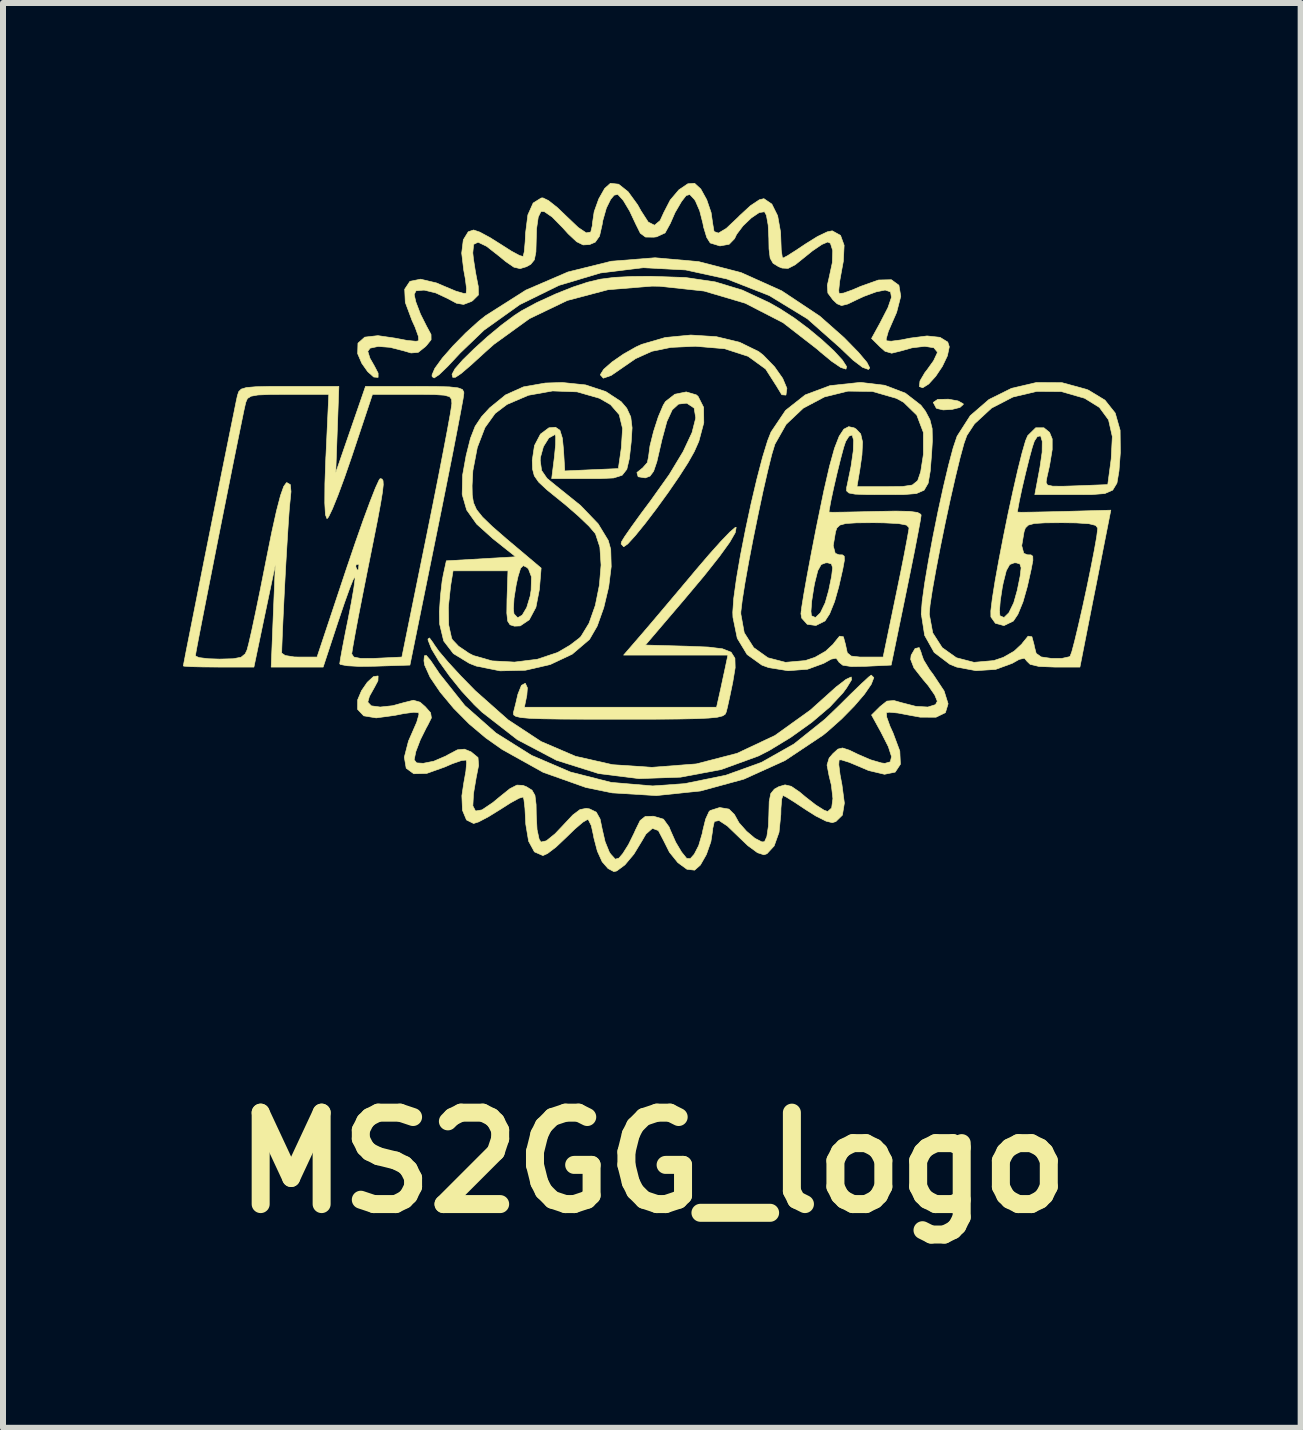
<source format=kicad_pcb>
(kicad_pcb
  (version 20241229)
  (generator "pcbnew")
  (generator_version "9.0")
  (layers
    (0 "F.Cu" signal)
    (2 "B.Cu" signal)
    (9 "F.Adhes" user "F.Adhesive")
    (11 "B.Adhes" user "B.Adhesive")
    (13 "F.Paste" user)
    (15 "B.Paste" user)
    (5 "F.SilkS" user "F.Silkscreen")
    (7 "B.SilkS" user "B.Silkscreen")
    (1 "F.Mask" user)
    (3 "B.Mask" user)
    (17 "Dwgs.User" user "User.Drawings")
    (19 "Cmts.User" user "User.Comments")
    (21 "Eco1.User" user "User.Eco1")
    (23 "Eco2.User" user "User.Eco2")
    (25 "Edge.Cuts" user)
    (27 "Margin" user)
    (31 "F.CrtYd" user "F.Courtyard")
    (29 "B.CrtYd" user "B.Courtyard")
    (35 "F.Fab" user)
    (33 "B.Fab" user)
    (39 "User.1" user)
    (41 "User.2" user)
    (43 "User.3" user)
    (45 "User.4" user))
  (footprint "MS2GG_logo"
    (layer "F.Cu")
    (at 7.826 5.729)
    (property "Reference" "MS2GG_logo" (at 0 10.6 0) (layer "F.SilkS") (effects (font (size 1.524 1.524) (thickness 0.3))))
    (attr through_hole)
    (fp_poly (pts (xy 5.091 -2.097) (xy 5.176 -2.051) (xy 5.18 -2.039) (xy 5.123 -1.988) (xy 4.991 -1.955) (xy 4.843 -1.947) (xy 4.736 -1.972) (xy 4.727 -1.98) (xy 4.678 -2.072) (xy 4.752 -2.122) (xy 4.93 -2.126) (xy 5.091 -2.097)) (stroke (width 0.01) (type solid)) (fill yes) (layer "F.SilkS"))
    (fp_poly (pts (xy 1.063 -3.168) (xy 1.452 -3.074) (xy 1.769 -2.919) (xy 1.846 -2.859) (xy 2.033 -2.666) (xy 2.169 -2.473) (xy 2.239 -2.307) (xy 2.224 -2.198) (xy 2.221 -2.194) (xy 2.154 -2.2) (xy 2.078 -2.325) (xy 2.076 -2.329) (xy 1.885 -2.628) (xy 1.593 -2.84) (xy 1.2 -2.967) (xy 0.714 -3.008) (xy 0.307 -2.989) (xy -0.011 -2.924) (xy -0.284 -2.801) (xy -0.481 -2.665) (xy -0.69 -2.521) (xy -0.821 -2.476) (xy -0.869 -2.53) (xy -0.869 -2.537) (xy -0.815 -2.623) (xy -0.675 -2.746) (xy -0.484 -2.878) (xy -0.276 -2.996) (xy -0.18 -3.04) (xy 0.211 -3.154) (xy 0.637 -3.195) (xy 1.063 -3.168)) (stroke (width 0.01) (type solid)) (fill yes) (layer "F.SilkS"))
    (fp_poly (pts (xy 0.767 -4.419) (xy 1.475 -4.236) (xy 2.152 -3.932) (xy 2.787 -3.51) (xy 3.194 -3.15) (xy 3.433 -2.905) (xy 3.573 -2.739) (xy 3.62 -2.647) (xy 3.599 -2.621) (xy 3.499 -2.657) (xy 3.341 -2.777) (xy 3.15 -2.959) (xy 3.139 -2.971) (xy 2.581 -3.465) (xy 1.945 -3.853) (xy 1.24 -4.129) (xy 0.551 -4.28) (xy -0.16 -4.317) (xy -0.87 -4.229) (xy -1.561 -4.022) (xy -2.213 -3.702) (xy -2.809 -3.276) (xy -3.203 -2.898) (xy -3.417 -2.669) (xy -3.559 -2.533) (xy -3.64 -2.48) (xy -3.673 -2.501) (xy -3.676 -2.529) (xy -3.629 -2.639) (xy -3.504 -2.811) (xy -3.324 -3.016) (xy -3.113 -3.231) (xy -2.895 -3.428) (xy -2.78 -3.519) (xy -2.111 -3.944) (xy -1.41 -4.246) (xy -0.688 -4.425) (xy 0.042 -4.483) (xy 0.767 -4.419)) (stroke (width 0.01) (type solid)) (fill yes) (layer "F.SilkS"))
    (fp_poly (pts (xy -3.701 2.227) (xy -3.577 2.41) (xy -3.554 2.446) (xy -3.129 2.98) (xy -2.61 3.438) (xy -2.016 3.811) (xy -1.37 4.088) (xy -0.69 4.261) (xy 0.002 4.32) (xy 0.535 4.282) (xy 1.22 4.142) (xy 1.816 3.927) (xy 2.357 3.621) (xy 2.874 3.207) (xy 3.094 2.996) (xy 3.306 2.786) (xy 3.482 2.616) (xy 3.602 2.505) (xy 3.645 2.473) (xy 3.688 2.515) (xy 3.645 2.626) (xy 3.532 2.791) (xy 3.362 2.989) (xy 3.152 3.203) (xy 2.914 3.415) (xy 2.841 3.474) (xy 2.208 3.896) (xy 1.522 4.207) (xy 0.801 4.404) (xy 0.063 4.481) (xy -0.673 4.436) (xy -1.111 4.346) (xy -1.824 4.093) (xy -2.507 3.712) (xy -2.778 3.521) (xy -3.055 3.288) (xy -3.316 3.025) (xy -3.54 2.756) (xy -3.708 2.508) (xy -3.799 2.305) (xy -3.81 2.234) (xy -3.803 2.151) (xy -3.771 2.145) (xy -3.701 2.227)) (stroke (width 0.01) (type solid)) (fill yes) (layer "F.SilkS"))
    (fp_poly (pts (xy -3.657 1.936) (xy -3.645 1.957) (xy -3.561 2.076) (xy -3.403 2.262) (xy -3.193 2.49) (xy -2.955 2.733) (xy -2.408 3.218) (xy -1.858 3.58) (xy -1.284 3.826) (xy -0.666 3.966) (xy -0.01 4.01) (xy 0.729 3.953) (xy 1.408 3.777) (xy 2.039 3.48) (xy 2.63 3.056) (xy 2.825 2.881) (xy 3.059 2.671) (xy 3.223 2.545) (xy 3.311 2.504) (xy 3.317 2.551) (xy 3.234 2.687) (xy 3.173 2.77) (xy 2.956 3.003) (xy 2.654 3.26) (xy 2.303 3.511) (xy 1.943 3.73) (xy 1.765 3.821) (xy 1.144 4.047) (xy 0.467 4.174) (xy -0.225 4.198) (xy -0.894 4.115) (xy -0.902 4.113) (xy -1.602 3.892) (xy -2.253 3.549) (xy -2.844 3.089) (xy -2.973 2.965) (xy -3.183 2.738) (xy -3.384 2.488) (xy -3.558 2.245) (xy -3.684 2.036) (xy -3.741 1.891) (xy -3.743 1.872) (xy -3.718 1.853) (xy -3.657 1.936)) (stroke (width 0.01) (type solid)) (fill yes) (layer "F.SilkS"))
    (fp_poly (pts (xy 0.548 -4.154) (xy 1.044 -4.081) (xy 1.496 -3.944) (xy 1.946 -3.734) (xy 2.132 -3.628) (xy 2.363 -3.478) (xy 2.601 -3.3) (xy 2.827 -3.112) (xy 3.022 -2.932) (xy 3.164 -2.778) (xy 3.234 -2.67) (xy 3.224 -2.627) (xy 3.138 -2.654) (xy 2.987 -2.756) (xy 2.799 -2.911) (xy 2.751 -2.954) (xy 2.176 -3.4) (xy 1.545 -3.725) (xy 0.859 -3.928) (xy 0.12 -4.008) (xy -0.01 -4.01) (xy -0.743 -3.95) (xy -1.421 -3.771) (xy -2.052 -3.468) (xy -2.645 -3.039) (xy -2.792 -2.908) (xy -3.031 -2.69) (xy -3.19 -2.554) (xy -3.285 -2.491) (xy -3.33 -2.49) (xy -3.342 -2.54) (xy -3.342 -2.54) (xy -3.293 -2.632) (xy -3.162 -2.782) (xy -2.972 -2.968) (xy -2.75 -3.169) (xy -2.518 -3.361) (xy -2.301 -3.523) (xy -2.187 -3.597) (xy -1.927 -3.737) (xy -1.61 -3.882) (xy -1.326 -3.995) (xy -1.087 -4.074) (xy -0.871 -4.126) (xy -0.637 -4.156) (xy -0.344 -4.171) (xy -0.033 -4.174) (xy 0.548 -4.154)) (stroke (width 0.01) (type solid)) (fill yes) (layer "F.SilkS"))
    (fp_poly (pts (xy 0.729 -2.198) (xy 0.759 -2.172) (xy 0.851 -1.99) (xy 0.854 -1.733) (xy 0.771 -1.422) (xy 0.695 -1.251) (xy 0.59 -1.065) (xy 0.438 -0.829) (xy 0.257 -0.566) (xy 0.064 -0.3) (xy -0.124 -0.053) (xy -0.289 0.15) (xy -0.414 0.287) (xy -0.481 0.334) (xy -0.524 0.287) (xy -0.517 0.25) (xy -0.465 0.165) (xy -0.35 -0.000355) (xy -0.19 -0.222) (xy -0.031 -0.435) (xy 0.28 -0.872) (xy 0.51 -1.253) (xy 0.658 -1.569) (xy 0.72 -1.813) (xy 0.693 -1.978) (xy 0.576 -2.056) (xy 0.562 -2.059) (xy 0.433 -2.044) (xy 0.328 -1.948) (xy 0.239 -1.755) (xy 0.156 -1.449) (xy 0.133 -1.348) (xy 0.072 -1.084) (xy 0.018 -0.925) (xy -0.042 -0.844) (xy -0.121 -0.814) (xy -0.121 -0.814) (xy -0.24 -0.833) (xy -0.261 -0.903) (xy -0.17 -0.977) (xy -0.167 -0.978) (xy -0.087 -1.069) (xy -0.067 -1.165) (xy -0.043 -1.347) (xy 0.017 -1.588) (xy 0.096 -1.832) (xy 0.178 -2.025) (xy 0.215 -2.086) (xy 0.371 -2.208) (xy 0.561 -2.247) (xy 0.729 -2.198)) (stroke (width 0.01) (type solid)) (fill yes) (layer "F.SilkS"))
    (fp_poly (pts (xy 1.378 0.099) (xy 1.286 0.259) (xy 1.114 0.497) (xy 0.859 0.819) (xy 0.515 1.229) (xy 0.48 1.27) (xy -0.119 1.972) (xy 0.569 1.991) (xy 0.925 2.005) (xy 1.165 2.034) (xy 1.309 2.091) (xy 1.373 2.192) (xy 1.377 2.35) (xy 1.339 2.579) (xy 1.338 2.587) (xy 1.29 2.818) (xy 1.248 3.009) (xy 1.227 3.091) (xy 1.209 3.127) (xy 1.164 3.154) (xy 1.08 3.175) (xy 0.939 3.189) (xy 0.728 3.199) (xy 0.432 3.205) (xy 0.034 3.208) (xy -0.48 3.208) (xy -0.577 3.208) (xy -1.11 3.208) (xy -1.523 3.206) (xy -1.832 3.201) (xy -2.051 3.193) (xy -2.195 3.18) (xy -2.278 3.161) (xy -2.315 3.136) (xy -2.319 3.103) (xy -2.317 3.091) (xy -2.278 2.937) (xy -2.244 2.791) (xy -2.185 2.643) (xy -2.121 2.609) (xy -2.086 2.685) (xy -2.095 2.807) (xy -2.136 3.008) (xy 1.067 3.008) (xy 1.101 2.857) (xy 1.137 2.696) (xy 1.183 2.481) (xy 1.196 2.423) (xy 1.256 2.139) (xy -0.482 2.139) (xy -0.207 1.821) (xy -0.063 1.653) (xy 0.142 1.411) (xy 0.384 1.124) (xy 0.64 0.82) (xy 0.719 0.725) (xy 0.945 0.461) (xy 1.14 0.243) (xy 1.289 0.088) (xy 1.377 0.013) (xy 1.394 0.01) (xy 1.378 0.099)) (stroke (width 0.01) (type solid)) (fill yes) (layer "F.SilkS"))
    (fp_poly (pts (xy -1.117 -2.364) (xy -0.78 -2.253) (xy -0.524 -2.085) (xy -0.43 -1.975) (xy -0.363 -1.83) (xy -0.341 -1.648) (xy -0.356 -1.412) (xy -0.387 -1.135) (xy -0.429 -0.957) (xy -0.507 -0.858) (xy -0.648 -0.813) (xy -0.88 -0.802) (xy -1.081 -0.802) (xy -1.681 -0.802) (xy -1.635 -1.17) (xy -1.616 -1.37) (xy -1.614 -1.504) (xy -1.625 -1.537) (xy -1.729 -1.479) (xy -1.819 -1.335) (xy -1.869 -1.154) (xy -1.872 -1.102) (xy -1.849 -0.937) (xy -1.759 -0.806) (xy -1.621 -0.693) (xy -1.201 -0.355) (xy -0.907 -0.049) (xy -0.738 0.229) (xy -0.697 0.377) (xy -0.689 0.664) (xy -0.731 1.003) (xy -0.813 1.348) (xy -0.922 1.655) (xy -1.049 1.875) (xy -1.055 1.882) (xy -1.339 2.124) (xy -1.706 2.297) (xy -2.119 2.392) (xy -2.542 2.402) (xy -2.94 2.322) (xy -3.053 2.277) (xy -3.32 2.114) (xy -3.481 1.904) (xy -3.549 1.621) (xy -3.553 1.414) (xy -3.547 1.334) (xy -3.403 1.334) (xy -3.398 1.636) (xy -3.35 1.854) (xy -3.337 1.882) (xy -3.233 1.992) (xy -3.06 2.109) (xy -2.986 2.147) (xy -2.674 2.236) (xy -2.302 2.256) (xy -1.922 2.209) (xy -1.589 2.098) (xy -1.571 2.089) (xy -1.378 1.976) (xy -1.224 1.859) (xy -1.193 1.829) (xy -1.059 1.609) (xy -0.954 1.311) (xy -0.886 0.974) (xy -0.858 0.638) (xy -0.878 0.34) (xy -0.95 0.121) (xy -0.957 0.11) (xy -1.059 -0.009) (xy -1.236 -0.178) (xy -1.455 -0.368) (xy -1.537 -0.434) (xy -1.76 -0.615) (xy -1.898 -0.744) (xy -1.971 -0.849) (xy -2 -0.96) (xy -2.005 -1.106) (xy -2.005 -1.106) (xy -1.968 -1.353) (xy -1.868 -1.544) (xy -1.727 -1.649) (xy -1.617 -1.658) (xy -1.544 -1.608) (xy -1.503 -1.476) (xy -1.484 -1.283) (xy -1.463 -0.93) (xy -1.016 -0.95) (xy -0.57 -0.969) (xy -0.52 -1.318) (xy -0.5 -1.638) (xy -0.556 -1.868) (xy -0.701 -2.035) (xy -0.885 -2.141) (xy -1.258 -2.248) (xy -1.666 -2.263) (xy -2.069 -2.191) (xy -2.426 -2.038) (xy -2.624 -1.888) (xy -2.794 -1.651) (xy -2.921 -1.32) (xy -2.995 -0.933) (xy -3.008 -0.685) (xy -3.005 -0.527) (xy -2.985 -0.401) (xy -2.934 -0.286) (xy -2.835 -0.162) (xy -2.675 -0.007) (xy -2.436 0.201) (xy -2.246 0.361) (xy -1.857 0.689) (xy -1.886 1.045) (xy -1.944 1.343) (xy -2.055 1.551) (xy -2.206 1.653) (xy -2.302 1.657) (xy -2.375 1.634) (xy -2.415 1.572) (xy -2.429 1.439) (xy -2.428 1.377) (xy -2.319 1.377) (xy -2.309 1.453) (xy -2.248 1.517) (xy -2.172 1.473) (xy -2.097 1.346) (xy -2.04 1.157) (xy -2.024 1.057) (xy -2.018 0.835) (xy -2.068 0.704) (xy -2.093 0.679) (xy -2.154 0.648) (xy -2.199 0.691) (xy -2.242 0.83) (xy -2.273 0.97) (xy -2.309 1.195) (xy -2.319 1.377) (xy -2.428 1.377) (xy -2.426 1.205) (xy -2.425 1.186) (xy -2.41 0.735) (xy -3.325 0.735) (xy -3.366 0.986) (xy -3.403 1.334) (xy -3.547 1.334) (xy -3.535 1.153) (xy -3.507 0.906) (xy -3.488 0.802) (xy -3.437 0.568) (xy -2.281 0.501) (xy -2.661 0.199) (xy -2.931 -0.044) (xy -3.098 -0.279) (xy -3.173 -0.54) (xy -3.166 -0.859) (xy -3.107 -1.187) (xy -3.035 -1.473) (xy -2.957 -1.673) (xy -2.85 -1.834) (xy -2.715 -1.981) (xy -2.45 -2.197) (xy -2.152 -2.331) (xy -1.787 -2.395) (xy -1.504 -2.404) (xy -1.117 -2.364)) (stroke (width 0.01) (type solid)) (fill yes) (layer "F.SilkS"))
    (fp_poly (pts (xy 6.825 -2.401) (xy 7.238 -2.288) (xy 7.268 -2.275) (xy 7.54 -2.11) (xy 7.711 -1.895) (xy 7.793 -1.608) (xy 7.797 -1.237) (xy 7.774 -0.929) (xy 7.74 -0.727) (xy 7.669 -0.61) (xy 7.538 -0.553) (xy 7.321 -0.536) (xy 7.022 -0.535) (xy 6.371 -0.535) (xy 6.456 -0.986) (xy 6.493 -1.241) (xy 6.495 -1.423) (xy 6.468 -1.515) (xy 6.413 -1.502) (xy 6.364 -1.428) (xy 6.33 -1.327) (xy 6.278 -1.136) (xy 6.218 -0.895) (xy 6.159 -0.644) (xy 6.112 -0.423) (xy 6.085 -0.274) (xy 6.082 -0.244) (xy 6.145 -0.241) (xy 6.315 -0.243) (xy 6.566 -0.248) (xy 6.86 -0.255) (xy 7.638 -0.276) (xy 7.601 -0.088) (xy 7.576 0.039) (xy 7.53 0.271) (xy 7.469 0.582) (xy 7.398 0.945) (xy 7.343 1.22) (xy 7.123 2.339) (xy 6.701 2.339) (xy 6.442 2.329) (xy 6.294 2.294) (xy 6.242 2.244) (xy 6.198 2.191) (xy 6.111 2.211) (xy 5.994 2.277) (xy 5.718 2.378) (xy 5.391 2.399) (xy 5.069 2.339) (xy 4.954 2.292) (xy 4.694 2.095) (xy 4.535 1.811) (xy 4.48 1.457) (xy 4.612 1.457) (xy 4.67 1.77) (xy 4.828 2.016) (xy 5.065 2.184) (xy 5.358 2.26) (xy 5.686 2.231) (xy 5.847 2.177) (xy 6.025 2.075) (xy 6.154 1.955) (xy 6.162 1.943) (xy 6.259 1.824) (xy 6.323 1.834) (xy 6.361 1.975) (xy 6.362 1.989) (xy 6.394 2.111) (xy 6.478 2.17) (xy 6.643 2.194) (xy 6.824 2.194) (xy 6.946 2.167) (xy 6.96 2.158) (xy 6.989 2.079) (xy 7.037 1.897) (xy 7.099 1.638) (xy 7.169 1.331) (xy 7.24 1.003) (xy 7.306 0.682) (xy 7.362 0.395) (xy 7.402 0.17) (xy 7.419 0.034) (xy 7.419 0.023) (xy 7.386 -0.022) (xy 7.273 -0.05) (xy 7.06 -0.064) (xy 6.826 -0.067) (xy 6.541 -0.065) (xy 6.363 -0.054) (xy 6.263 -0.027) (xy 6.214 0.021) (xy 6.192 0.084) (xy 6.153 0.316) (xy 6.187 0.443) (xy 6.25 0.468) (xy 6.307 0.469) (xy 6.337 0.492) (xy 6.339 0.561) (xy 6.312 0.704) (xy 6.258 0.946) (xy 6.246 0.999) (xy 6.174 1.253) (xy 6.089 1.46) (xy 6.014 1.572) (xy 5.857 1.648) (xy 5.714 1.609) (xy 5.639 1.503) (xy 5.638 1.409) (xy 5.782 1.409) (xy 5.79 1.484) (xy 5.858 1.513) (xy 5.939 1.434) (xy 6.02 1.267) (xy 6.078 1.062) (xy 6.127 0.822) (xy 6.143 0.684) (xy 6.122 0.62) (xy 6.062 0.602) (xy 6.028 0.602) (xy 5.953 0.63) (xy 5.896 0.732) (xy 5.845 0.934) (xy 5.829 1.013) (xy 5.795 1.237) (xy 5.782 1.409) (xy 5.638 1.409) (xy 5.638 1.402) (xy 5.663 1.195) (xy 5.709 0.905) (xy 5.772 0.557) (xy 5.846 0.173) (xy 5.926 -0.221) (xy 6.009 -0.603) (xy 6.088 -0.948) (xy 6.159 -1.232) (xy 6.217 -1.433) (xy 6.253 -1.518) (xy 6.386 -1.649) (xy 6.523 -1.649) (xy 6.617 -1.572) (xy 6.661 -1.464) (xy 6.661 -1.286) (xy 6.616 -1.015) (xy 6.571 -0.816) (xy 6.559 -0.74) (xy 6.582 -0.695) (xy 6.669 -0.676) (xy 6.843 -0.675) (xy 7.061 -0.682) (xy 7.587 -0.702) (xy 7.644 -1.13) (xy 7.663 -1.502) (xy 7.6 -1.781) (xy 7.448 -1.988) (xy 7.202 -2.141) (xy 6.812 -2.253) (xy 6.404 -2.256) (xy 6.007 -2.162) (xy 5.651 -1.978) (xy 5.365 -1.714) (xy 5.238 -1.52) (xy 5.191 -1.389) (xy 5.126 -1.151) (xy 5.049 -0.834) (xy 4.964 -0.462) (xy 4.878 -0.062) (xy 4.796 0.34) (xy 4.723 0.72) (xy 4.664 1.05) (xy 4.625 1.306) (xy 4.612 1.457) (xy 4.48 1.457) (xy 4.479 1.449) (xy 4.479 1.44) (xy 4.494 1.242) (xy 4.535 0.944) (xy 4.597 0.576) (xy 4.673 0.167) (xy 4.758 -0.255) (xy 4.847 -0.662) (xy 4.933 -1.024) (xy 5.01 -1.314) (xy 5.073 -1.501) (xy 5.076 -1.509) (xy 5.295 -1.851) (xy 5.606 -2.12) (xy 5.983 -2.307) (xy 6.398 -2.404) (xy 6.825 -2.401)) (stroke (width 0.01) (type solid)) (fill yes) (layer "F.SilkS"))
    (fp_poly (pts (xy -5.254 -1.621) (xy -5.28 -0.902) (xy -5.032 -1.621) (xy -4.784 -2.339) (xy -3.963 -2.339) (xy -3.618 -2.338) (xy -3.385 -2.331) (xy -3.243 -2.315) (xy -3.17 -2.288) (xy -3.146 -2.246) (xy -3.145 -2.223) (xy -3.158 -2.131) (xy -3.196 -1.925) (xy -3.254 -1.62) (xy -3.329 -1.232) (xy -3.419 -0.779) (xy -3.52 -0.275) (xy -3.596 0.1) (xy -4.044 2.306) (xy -4.629 2.325) (xy -4.89 2.328) (xy -5.09 2.317) (xy -5.201 2.296) (xy -5.214 2.285) (xy -5.201 2.197) (xy -5.167 2.01) (xy -5.117 1.752) (xy -5.074 1.541) (xy -5.019 1.257) (xy -4.979 1.025) (xy -4.959 0.875) (xy -4.96 0.833) (xy -4.99 0.882) (xy -5.051 1.035) (xy -5.135 1.269) (xy -5.233 1.559) (xy -5.238 1.573) (xy -5.49 2.339) (xy -6.356 2.339) (xy -6.322 1.487) (xy -6.287 0.635) (xy -6.466 1.487) (xy -6.644 2.339) (xy -7.232 2.339) (xy -7.494 2.337) (xy -7.696 2.332) (xy -7.808 2.324) (xy -7.821 2.32) (xy -7.808 2.251) (xy -7.789 2.153) (xy -7.62 2.153) (xy -7.559 2.181) (xy -7.401 2.2) (xy -7.217 2.206) (xy -6.989 2.2) (xy -6.858 2.175) (xy -6.79 2.119) (xy -6.759 2.055) (xy -6.73 1.945) (xy -6.68 1.727) (xy -6.615 1.422) (xy -6.539 1.054) (xy -6.458 0.646) (xy -6.446 0.585) (xy -6.348 0.098) (xy -6.267 -0.267) (xy -6.201 -0.52) (xy -6.147 -0.672) (xy -6.103 -0.733) (xy -6.094 -0.735) (xy -6.037 -0.702) (xy -6.026 -0.585) (xy -6.039 -0.451) (xy -6.053 -0.313) (xy -6.07 -0.069) (xy -6.09 0.252) (xy -6.112 0.621) (xy -6.133 1.011) (xy -6.152 1.393) (xy -6.168 1.739) (xy -6.179 2.02) (xy -6.181 2.106) (xy -6.123 2.146) (xy -5.973 2.17) (xy -5.888 2.172) (xy -5.592 2.172) (xy -5.097 0.685) (xy -5.091 0.668) (xy -4.946 0.668) (xy -4.922 0.723) (xy -4.902 0.713) (xy -4.894 0.634) (xy -4.902 0.624) (xy -4.941 0.633) (xy -4.946 0.668) (xy -5.091 0.668) (xy -4.954 0.265) (xy -4.823 -0.108) (xy -4.708 -0.419) (xy -4.618 -0.648) (xy -4.558 -0.778) (xy -4.54 -0.802) (xy -4.51 -0.796) (xy -4.492 -0.768) (xy -4.488 -0.701) (xy -4.501 -0.58) (xy -4.532 -0.39) (xy -4.583 -0.114) (xy -4.658 0.263) (xy -4.746 0.702) (xy -4.827 1.11) (xy -4.899 1.477) (xy -4.956 1.78) (xy -4.995 1.999) (xy -5.013 2.113) (xy -5.013 2.121) (xy -4.979 2.172) (xy -4.863 2.195) (xy -4.641 2.194) (xy -4.595 2.192) (xy -4.178 2.172) (xy -3.763 0.134) (xy -3.66 -0.377) (xy -3.566 -0.85) (xy -3.485 -1.269) (xy -3.419 -1.616) (xy -3.372 -1.875) (xy -3.348 -2.027) (xy -3.345 -2.055) (xy -3.35 -2.124) (xy -3.384 -2.168) (xy -3.471 -2.192) (xy -3.636 -2.203) (xy -3.903 -2.206) (xy -4.005 -2.206) (xy -4.668 -2.206) (xy -5.013 -1.17) (xy -5.133 -0.823) (xy -5.243 -0.525) (xy -5.335 -0.298) (xy -5.4 -0.163) (xy -5.426 -0.134) (xy -5.452 -0.2) (xy -5.463 -0.396) (xy -5.461 -0.719) (xy -5.445 -1.167) (xy -5.444 -1.17) (xy -5.396 -2.206) (xy -6.072 -2.206) (xy -6.379 -2.204) (xy -6.577 -2.196) (xy -6.693 -2.175) (xy -6.752 -2.137) (xy -6.779 -2.075) (xy -6.784 -2.055) (xy -6.811 -1.935) (xy -6.857 -1.711) (xy -6.92 -1.401) (xy -6.996 -1.026) (xy -7.08 -0.604) (xy -7.17 -0.154) (xy -7.261 0.304) (xy -7.349 0.751) (xy -7.431 1.167) (xy -7.503 1.534) (xy -7.561 1.833) (xy -7.601 2.043) (xy -7.619 2.146) (xy -7.62 2.153) (xy -7.789 2.153) (xy -7.773 2.069) (xy -7.718 1.793) (xy -7.648 1.441) (xy -7.567 1.032) (xy -7.478 0.584) (xy -7.384 0.115) (xy -7.29 -0.355) (xy -7.199 -0.81) (xy -7.114 -1.229) (xy -7.04 -1.595) (xy -6.98 -1.889) (xy -6.939 -2.093) (xy -6.918 -2.189) (xy -6.897 -2.252) (xy -6.855 -2.294) (xy -6.769 -2.32) (xy -6.616 -2.333) (xy -6.372 -2.339) (xy -6.055 -2.339) (xy -5.228 -2.339) (xy -5.254 -1.621)) (stroke (width 0.01) (type solid)) (fill yes) (layer "F.SilkS"))
    (fp_poly (pts (xy 3.475 -2.405) (xy 3.871 -2.357) (xy 4.213 -2.227) (xy 4.472 -2.026) (xy 4.548 -1.926) (xy 4.623 -1.784) (xy 4.66 -1.636) (xy 4.664 -1.433) (xy 4.652 -1.23) (xy 4.628 -0.926) (xy 4.594 -0.726) (xy 4.526 -0.609) (xy 4.398 -0.553) (xy 4.187 -0.536) (xy 3.868 -0.535) (xy 3.567 -0.536) (xy 3.376 -0.543) (xy 3.273 -0.562) (xy 3.233 -0.598) (xy 3.235 -0.656) (xy 3.242 -0.685) (xy 3.308 -1.005) (xy 3.345 -1.262) (xy 3.351 -1.441) (xy 3.327 -1.528) (xy 3.274 -1.509) (xy 3.219 -1.422) (xy 3.186 -1.324) (xy 3.135 -1.134) (xy 3.076 -0.895) (xy 3.018 -0.645) (xy 2.971 -0.425) (xy 2.944 -0.275) (xy 2.941 -0.244) (xy 3.003 -0.241) (xy 3.173 -0.243) (xy 3.423 -0.248) (xy 3.71 -0.255) (xy 4.054 -0.261) (xy 4.284 -0.256) (xy 4.417 -0.238) (xy 4.472 -0.206) (xy 4.476 -0.188) (xy 4.462 -0.097) (xy 4.425 0.102) (xy 4.37 0.388) (xy 4.3 0.736) (xy 4.225 1.103) (xy 3.977 2.306) (xy 3.558 2.326) (xy 3.312 2.33) (xy 3.17 2.308) (xy 3.106 2.256) (xy 3.102 2.247) (xy 3.06 2.191) (xy 2.977 2.207) (xy 2.852 2.277) (xy 2.584 2.375) (xy 2.259 2.4) (xy 1.936 2.348) (xy 1.823 2.307) (xy 1.576 2.13) (xy 1.412 1.859) (xy 1.34 1.51) (xy 1.338 1.452) (xy 1.471 1.452) (xy 1.528 1.767) (xy 1.686 2.015) (xy 1.923 2.184) (xy 2.216 2.26) (xy 2.545 2.231) (xy 2.706 2.177) (xy 2.884 2.075) (xy 3.013 1.955) (xy 3.02 1.943) (xy 3.117 1.824) (xy 3.181 1.834) (xy 3.219 1.975) (xy 3.221 1.989) (xy 3.246 2.102) (xy 3.312 2.156) (xy 3.458 2.172) (xy 3.543 2.172) (xy 3.843 2.172) (xy 4.058 1.136) (xy 4.132 0.777) (xy 4.195 0.461) (xy 4.242 0.212) (xy 4.27 0.056) (xy 4.275 0.017) (xy 4.234 -0.027) (xy 4.098 -0.053) (xy 3.851 -0.065) (xy 3.684 -0.067) (xy 3.4 -0.065) (xy 3.222 -0.054) (xy 3.122 -0.027) (xy 3.072 0.021) (xy 3.05 0.084) (xy 3.011 0.316) (xy 3.045 0.443) (xy 3.108 0.468) (xy 3.166 0.469) (xy 3.195 0.492) (xy 3.197 0.561) (xy 3.171 0.704) (xy 3.116 0.946) (xy 3.104 0.999) (xy 3.034 1.247) (xy 2.951 1.453) (xy 2.875 1.57) (xy 2.723 1.646) (xy 2.578 1.626) (xy 2.486 1.523) (xy 2.473 1.449) (xy 2.478 1.409) (xy 2.64 1.409) (xy 2.648 1.484) (xy 2.716 1.513) (xy 2.798 1.434) (xy 2.878 1.267) (xy 2.936 1.062) (xy 2.985 0.822) (xy 3.001 0.684) (xy 2.981 0.62) (xy 2.921 0.602) (xy 2.886 0.602) (xy 2.811 0.63) (xy 2.754 0.732) (xy 2.703 0.934) (xy 2.688 1.013) (xy 2.653 1.237) (xy 2.64 1.409) (xy 2.478 1.409) (xy 2.486 1.342) (xy 2.521 1.125) (xy 2.575 0.821) (xy 2.644 0.453) (xy 2.724 0.041) (xy 2.746 -0.067) (xy 2.855 -0.597) (xy 2.949 -1.006) (xy 3.032 -1.306) (xy 3.111 -1.509) (xy 3.188 -1.626) (xy 3.269 -1.668) (xy 3.36 -1.648) (xy 3.393 -1.628) (xy 3.469 -1.547) (xy 3.5 -1.412) (xy 3.49 -1.196) (xy 3.455 -0.953) (xy 3.407 -0.668) (xy 3.905 -0.668) (xy 4.167 -0.671) (xy 4.329 -0.695) (xy 4.419 -0.768) (xy 4.469 -0.915) (xy 4.508 -1.165) (xy 4.514 -1.208) (xy 4.514 -1.571) (xy 4.404 -1.86) (xy 4.183 -2.075) (xy 4.063 -2.14) (xy 3.665 -2.255) (xy 3.257 -2.26) (xy 2.864 -2.163) (xy 2.512 -1.976) (xy 2.227 -1.707) (xy 2.039 -1.375) (xy 1.987 -1.204) (xy 1.92 -0.934) (xy 1.842 -0.593) (xy 1.76 -0.207) (xy 1.678 0.195) (xy 1.603 0.585) (xy 1.54 0.938) (xy 1.495 1.223) (xy 1.472 1.415) (xy 1.471 1.452) (xy 1.338 1.452) (xy 1.337 1.425) (xy 1.353 1.194) (xy 1.398 0.868) (xy 1.465 0.477) (xy 1.549 0.05) (xy 1.642 -0.384) (xy 1.739 -0.796) (xy 1.833 -1.157) (xy 1.919 -1.437) (xy 1.975 -1.579) (xy 2.217 -1.939) (xy 2.544 -2.197) (xy 2.958 -2.352) (xy 3.456 -2.405) (xy 3.475 -2.405)) (stroke (width 0.01) (type solid)) (fill yes) (layer "F.SilkS"))
    (fp_poly (pts (xy 0.804 -5.629) (xy 0.903 -5.45) (xy 0.976 -5.236) (xy 1.003 -5.049) (xy 1.025 -4.92) (xy 1.098 -4.894) (xy 1.229 -4.972) (xy 1.426 -5.158) (xy 1.452 -5.185) (xy 1.631 -5.35) (xy 1.781 -5.45) (xy 1.856 -5.468) (xy 1.988 -5.378) (xy 2.085 -5.183) (xy 2.134 -4.908) (xy 2.138 -4.796) (xy 2.145 -4.611) (xy 2.162 -4.496) (xy 2.174 -4.478) (xy 2.243 -4.513) (xy 2.388 -4.605) (xy 2.553 -4.715) (xy 2.749 -4.837) (xy 2.912 -4.915) (xy 2.995 -4.932) (xy 3.133 -4.856) (xy 3.193 -4.691) (xy 3.18 -4.426) (xy 3.157 -4.302) (xy 3.119 -4.092) (xy 3.103 -3.939) (xy 3.109 -3.887) (xy 3.183 -3.894) (xy 3.336 -3.949) (xy 3.465 -4.005) (xy 3.765 -4.112) (xy 3.98 -4.117) (xy 4.106 -4.025) (xy 4.137 -3.841) (xy 4.068 -3.573) (xy 4.008 -3.436) (xy 3.93 -3.257) (xy 3.894 -3.131) (xy 3.897 -3.099) (xy 3.977 -3.092) (xy 4.145 -3.114) (xy 4.295 -3.144) (xy 4.575 -3.18) (xy 4.791 -3.157) (xy 4.92 -3.078) (xy 4.946 -2.999) (xy 4.914 -2.848) (xy 4.831 -2.674) (xy 4.72 -2.508) (xy 4.603 -2.379) (xy 4.503 -2.316) (xy 4.447 -2.336) (xy 4.457 -2.429) (xy 4.539 -2.569) (xy 4.574 -2.613) (xy 4.684 -2.767) (xy 4.743 -2.892) (xy 4.746 -2.913) (xy 4.688 -2.983) (xy 4.537 -3.007) (xy 4.325 -2.982) (xy 4.148 -2.932) (xy 3.986 -2.892) (xy 3.875 -2.924) (xy 3.791 -2.998) (xy 3.65 -3.138) (xy 3.789 -3.391) (xy 3.924 -3.653) (xy 3.982 -3.823) (xy 3.967 -3.914) (xy 3.88 -3.944) (xy 3.872 -3.944) (xy 3.725 -3.914) (xy 3.524 -3.84) (xy 3.431 -3.797) (xy 3.254 -3.712) (xy 3.15 -3.686) (xy 3.076 -3.716) (xy 3.006 -3.782) (xy 2.922 -3.895) (xy 2.913 -4.024) (xy 2.941 -4.145) (xy 2.996 -4.4) (xy 3.003 -4.602) (xy 2.965 -4.724) (xy 2.92 -4.746) (xy 2.823 -4.705) (xy 2.668 -4.6) (xy 2.548 -4.503) (xy 2.376 -4.365) (xy 2.26 -4.306) (xy 2.16 -4.311) (xy 2.101 -4.334) (xy 2.009 -4.391) (xy 1.96 -4.477) (xy 1.941 -4.631) (xy 1.938 -4.807) (xy 1.927 -5.027) (xy 1.898 -5.19) (xy 1.866 -5.25) (xy 1.777 -5.236) (xy 1.646 -5.147) (xy 1.508 -5.015) (xy 1.401 -4.873) (xy 1.367 -4.801) (xy 1.277 -4.708) (xy 1.123 -4.68) (xy 0.965 -4.728) (xy 0.961 -4.73) (xy 0.903 -4.822) (xy 0.851 -4.993) (xy 0.839 -5.057) (xy 0.786 -5.265) (xy 0.714 -5.431) (xy 0.695 -5.458) (xy 0.621 -5.537) (xy 0.56 -5.52) (xy 0.483 -5.421) (xy 0.375 -5.236) (xy 0.295 -5.053) (xy 0.209 -4.897) (xy 0.068 -4.832) (xy 0.02 -4.826) (xy -0.118 -4.828) (xy -0.204 -4.892) (xy -0.283 -5.051) (xy -0.287 -5.06) (xy -0.381 -5.26) (xy -0.48 -5.426) (xy -0.496 -5.448) (xy -0.579 -5.539) (xy -0.64 -5.526) (xy -0.699 -5.455) (xy -0.77 -5.311) (xy -0.829 -5.104) (xy -0.84 -5.037) (xy -0.884 -4.843) (xy -0.955 -4.743) (xy -1.049 -4.703) (xy -1.157 -4.697) (xy -1.265 -4.75) (xy -1.406 -4.882) (xy -1.497 -4.983) (xy -1.673 -5.162) (xy -1.804 -5.252) (xy -1.859 -5.255) (xy -1.905 -5.161) (xy -1.933 -4.967) (xy -1.938 -4.807) (xy -1.944 -4.58) (xy -1.97 -4.448) (xy -2.03 -4.374) (xy -2.101 -4.334) (xy -2.208 -4.302) (xy -2.311 -4.326) (xy -2.449 -4.421) (xy -2.548 -4.503) (xy -2.766 -4.674) (xy -2.908 -4.742) (xy -2.982 -4.706) (xy -2.996 -4.564) (xy -2.985 -4.462) (xy -2.95 -4.238) (xy -2.912 -4.041) (xy -2.905 -4.008) (xy -2.902 -3.863) (xy -3 -3.766) (xy -3.025 -3.752) (xy -3.149 -3.705) (xy -3.268 -3.725) (xy -3.415 -3.804) (xy -3.611 -3.896) (xy -3.797 -3.942) (xy -3.822 -3.943) (xy -3.943 -3.932) (xy -3.973 -3.869) (xy -3.945 -3.746) (xy -3.868 -3.544) (xy -3.768 -3.345) (xy -3.692 -3.204) (xy -3.691 -3.116) (xy -3.767 -3.021) (xy -3.789 -2.999) (xy -3.906 -2.906) (xy -4.025 -2.896) (xy -4.148 -2.932) (xy -4.375 -2.99) (xy -4.573 -3.005) (xy -4.708 -2.976) (xy -4.746 -2.923) (xy -4.71 -2.808) (xy -4.639 -2.684) (xy -4.574 -2.56) (xy -4.574 -2.489) (xy -4.647 -2.495) (xy -4.748 -2.585) (xy -4.846 -2.724) (xy -4.912 -2.877) (xy -4.915 -2.885) (xy -4.91 -3.059) (xy -4.797 -3.16) (xy -4.577 -3.185) (xy -4.295 -3.144) (xy -4.09 -3.105) (xy -3.944 -3.091) (xy -3.897 -3.099) (xy -3.903 -3.174) (xy -3.958 -3.327) (xy -4.008 -3.436) (xy -4.121 -3.739) (xy -4.131 -3.959) (xy -4.044 -4.09) (xy -3.866 -4.126) (xy -3.6 -4.063) (xy -3.465 -4.005) (xy -3.279 -3.927) (xy -3.146 -3.888) (xy -3.107 -3.889) (xy -3.1 -3.969) (xy -3.121 -4.136) (xy -3.147 -4.276) (xy -3.181 -4.561) (xy -3.154 -4.782) (xy -3.072 -4.916) (xy -2.983 -4.946) (xy -2.88 -4.911) (xy -2.709 -4.819) (xy -2.537 -4.711) (xy -2.352 -4.593) (xy -2.214 -4.519) (xy -2.157 -4.505) (xy -2.138 -4.583) (xy -2.123 -4.753) (xy -2.116 -4.898) (xy -2.078 -5.198) (xy -1.99 -5.395) (xy -1.856 -5.479) (xy -1.827 -5.481) (xy -1.734 -5.436) (xy -1.586 -5.319) (xy -1.441 -5.18) (xy -1.238 -4.987) (xy -1.105 -4.898) (xy -1.03 -4.911) (xy -1.003 -5.023) (xy -1.003 -5.049) (xy -0.973 -5.251) (xy -0.897 -5.463) (xy -0.798 -5.638) (xy -0.702 -5.724) (xy -0.566 -5.709) (xy -0.408 -5.584) (xy -0.249 -5.366) (xy -0.192 -5.264) (xy -0.072 -5.078) (xy 0.033 -5.025) (xy 0.127 -5.104) (xy 0.187 -5.236) (xy 0.295 -5.445) (xy 0.439 -5.615) (xy 0.588 -5.716) (xy 0.701 -5.724) (xy 0.804 -5.629)) (stroke (width 0.01) (type solid)) (fill yes) (layer "F.SilkS"))
    (fp_poly (pts (xy 4.478 2.101) (xy 4.478 2.109) (xy 4.518 2.221) (xy 4.618 2.384) (xy 4.675 2.46) (xy 4.859 2.737) (xy 4.926 2.951) (xy 4.881 3.099) (xy 4.724 3.175) (xy 4.461 3.174) (xy 4.295 3.144) (xy 4.09 3.105) (xy 3.944 3.091) (xy 3.897 3.099) (xy 3.903 3.174) (xy 3.958 3.327) (xy 4.008 3.436) (xy 4.121 3.739) (xy 4.131 3.959) (xy 4.044 4.09) (xy 3.866 4.126) (xy 3.6 4.063) (xy 3.465 4.005) (xy 3.279 3.927) (xy 3.148 3.886) (xy 3.109 3.887) (xy 3.104 3.965) (xy 3.125 4.132) (xy 3.157 4.302) (xy 3.197 4.606) (xy 3.164 4.807) (xy 3.055 4.914) (xy 2.995 4.932) (xy 2.892 4.907) (xy 2.721 4.821) (xy 2.553 4.715) (xy 2.368 4.592) (xy 2.23 4.506) (xy 2.174 4.478) (xy 2.153 4.538) (xy 2.14 4.691) (xy 2.138 4.796) (xy 2.108 5.093) (xy 2.027 5.32) (xy 1.907 5.45) (xy 1.856 5.468) (xy 1.749 5.433) (xy 1.589 5.316) (xy 1.452 5.185) (xy 1.246 4.987) (xy 1.109 4.897) (xy 1.03 4.912) (xy 1.003 5.03) (xy 1.003 5.049) (xy 0.972 5.251) (xy 0.897 5.464) (xy 0.797 5.639) (xy 0.701 5.724) (xy 0.573 5.709) (xy 0.422 5.599) (xy 0.281 5.424) (xy 0.187 5.236) (xy 0.097 5.064) (xy -0.002 5.027) (xy -0.11 5.122) (xy -0.173 5.23) (xy -0.311 5.457) (xy -0.461 5.636) (xy -0.597 5.737) (xy -0.645 5.748) (xy -0.741 5.697) (xy -0.84 5.584) (xy -0.92 5.407) (xy -0.978 5.186) (xy -0.984 5.149) (xy -1.021 4.981) (xy -1.068 4.887) (xy -1.084 4.879) (xy -1.161 4.924) (xy -1.297 5.04) (xy -1.441 5.18) (xy -1.608 5.338) (xy -1.751 5.447) (xy -1.827 5.481) (xy -1.969 5.419) (xy -2.066 5.241) (xy -2.113 4.958) (xy -2.116 4.898) (xy -2.127 4.691) (xy -2.144 4.546) (xy -2.157 4.505) (xy -2.223 4.524) (xy -2.366 4.602) (xy -2.537 4.711) (xy -2.736 4.834) (xy -2.9 4.92) (xy -2.983 4.946) (xy -3.101 4.887) (xy -3.168 4.726) (xy -3.178 4.484) (xy -3.147 4.276) (xy -3.111 4.074) (xy -3.099 3.931) (xy -3.107 3.889) (xy -3.182 3.896) (xy -3.336 3.949) (xy -3.465 4.005) (xy -3.765 4.112) (xy -3.98 4.117) (xy -4.106 4.025) (xy -4.137 3.841) (xy -4.068 3.573) (xy -4.008 3.436) (xy -3.93 3.257) (xy -3.894 3.131) (xy -3.897 3.099) (xy -3.977 3.092) (xy -4.145 3.114) (xy -4.295 3.144) (xy -4.606 3.186) (xy -4.814 3.152) (xy -4.916 3.044) (xy -4.915 2.885) (xy -4.851 2.733) (xy -4.754 2.592) (xy -4.652 2.498) (xy -4.577 2.487) (xy -4.574 2.489) (xy -4.577 2.568) (xy -4.639 2.684) (xy -4.719 2.827) (xy -4.746 2.923) (xy -4.688 2.985) (xy -4.539 3.005) (xy -4.332 2.983) (xy -4.148 2.932) (xy -3.986 2.892) (xy -3.875 2.924) (xy -3.789 2.999) (xy -3.699 3.101) (xy -3.686 3.186) (xy -3.749 3.313) (xy -3.768 3.345) (xy -3.87 3.55) (xy -3.945 3.746) (xy -3.973 3.884) (xy -3.932 3.936) (xy -3.822 3.943) (xy -3.646 3.908) (xy -3.446 3.822) (xy -3.415 3.804) (xy -3.252 3.718) (xy -3.135 3.707) (xy -3.025 3.752) (xy -2.909 3.847) (xy -2.899 3.981) (xy -2.905 4.008) (xy -2.94 4.185) (xy -2.978 4.41) (xy -2.985 4.462) (xy -2.995 4.653) (xy -2.95 4.738) (xy -2.842 4.719) (xy -2.66 4.596) (xy -2.548 4.503) (xy -2.376 4.365) (xy -2.26 4.306) (xy -2.16 4.311) (xy -2.101 4.334) (xy -2.009 4.391) (xy -1.96 4.477) (xy -1.941 4.631) (xy -1.938 4.807) (xy -1.925 5.048) (xy -1.89 5.209) (xy -1.859 5.255) (xy -1.77 5.235) (xy -1.624 5.117) (xy -1.497 4.983) (xy -1.329 4.804) (xy -1.209 4.714) (xy -1.105 4.694) (xy -1.049 4.703) (xy -0.938 4.757) (xy -0.874 4.872) (xy -0.84 5.037) (xy -0.791 5.249) (xy -0.721 5.421) (xy -0.699 5.455) (xy -0.621 5.541) (xy -0.56 5.523) (xy -0.496 5.448) (xy -0.401 5.297) (xy -0.303 5.098) (xy -0.287 5.06) (xy -0.207 4.897) (xy -0.122 4.829) (xy 0.013 4.825) (xy 0.02 4.826) (xy 0.182 4.874) (xy 0.276 5.004) (xy 0.295 5.053) (xy 0.386 5.258) (xy 0.483 5.421) (xy 0.569 5.528) (xy 0.629 5.532) (xy 0.695 5.458) (xy 0.769 5.314) (xy 0.829 5.11) (xy 0.839 5.057) (xy 0.885 4.872) (xy 0.942 4.748) (xy 0.961 4.73) (xy 1.118 4.68) (xy 1.273 4.706) (xy 1.365 4.797) (xy 1.367 4.801) (xy 1.441 4.934) (xy 1.566 5.075) (xy 1.706 5.193) (xy 1.823 5.253) (xy 1.866 5.25) (xy 1.905 5.164) (xy 1.931 4.987) (xy 1.938 4.807) (xy 1.944 4.58) (xy 1.97 4.448) (xy 2.03 4.374) (xy 2.101 4.334) (xy 2.208 4.302) (xy 2.311 4.326) (xy 2.449 4.42) (xy 2.548 4.503) (xy 2.72 4.637) (xy 2.861 4.726) (xy 2.92 4.746) (xy 2.985 4.687) (xy 3.006 4.531) (xy 2.98 4.305) (xy 2.941 4.145) (xy 2.908 3.972) (xy 2.943 3.856) (xy 3.006 3.782) (xy 3.09 3.706) (xy 3.166 3.687) (xy 3.28 3.724) (xy 3.431 3.797) (xy 3.636 3.885) (xy 3.815 3.937) (xy 3.872 3.944) (xy 3.963 3.918) (xy 3.983 3.831) (xy 3.93 3.666) (xy 3.8 3.41) (xy 3.789 3.391) (xy 3.65 3.138) (xy 3.791 2.998) (xy 3.906 2.906) (xy 4.025 2.897) (xy 4.148 2.932) (xy 4.39 2.994) (xy 4.589 3.005) (xy 4.716 2.965) (xy 4.746 2.908) (xy 4.703 2.804) (xy 4.595 2.648) (xy 4.506 2.543) (xy 4.356 2.352) (xy 4.302 2.211) (xy 4.31 2.142) (xy 4.375 2.03) (xy 4.444 2.014) (xy 4.478 2.101)) (stroke (width 0.01) (type solid)) (fill yes) (layer "F.SilkS")))
  (gr_rect
    (start -3 -3)
    (end 18.628 20.747)
    (stroke (width 0.1) (type default))
    (fill no)
    (layer "Edge.Cuts")))
</source>
